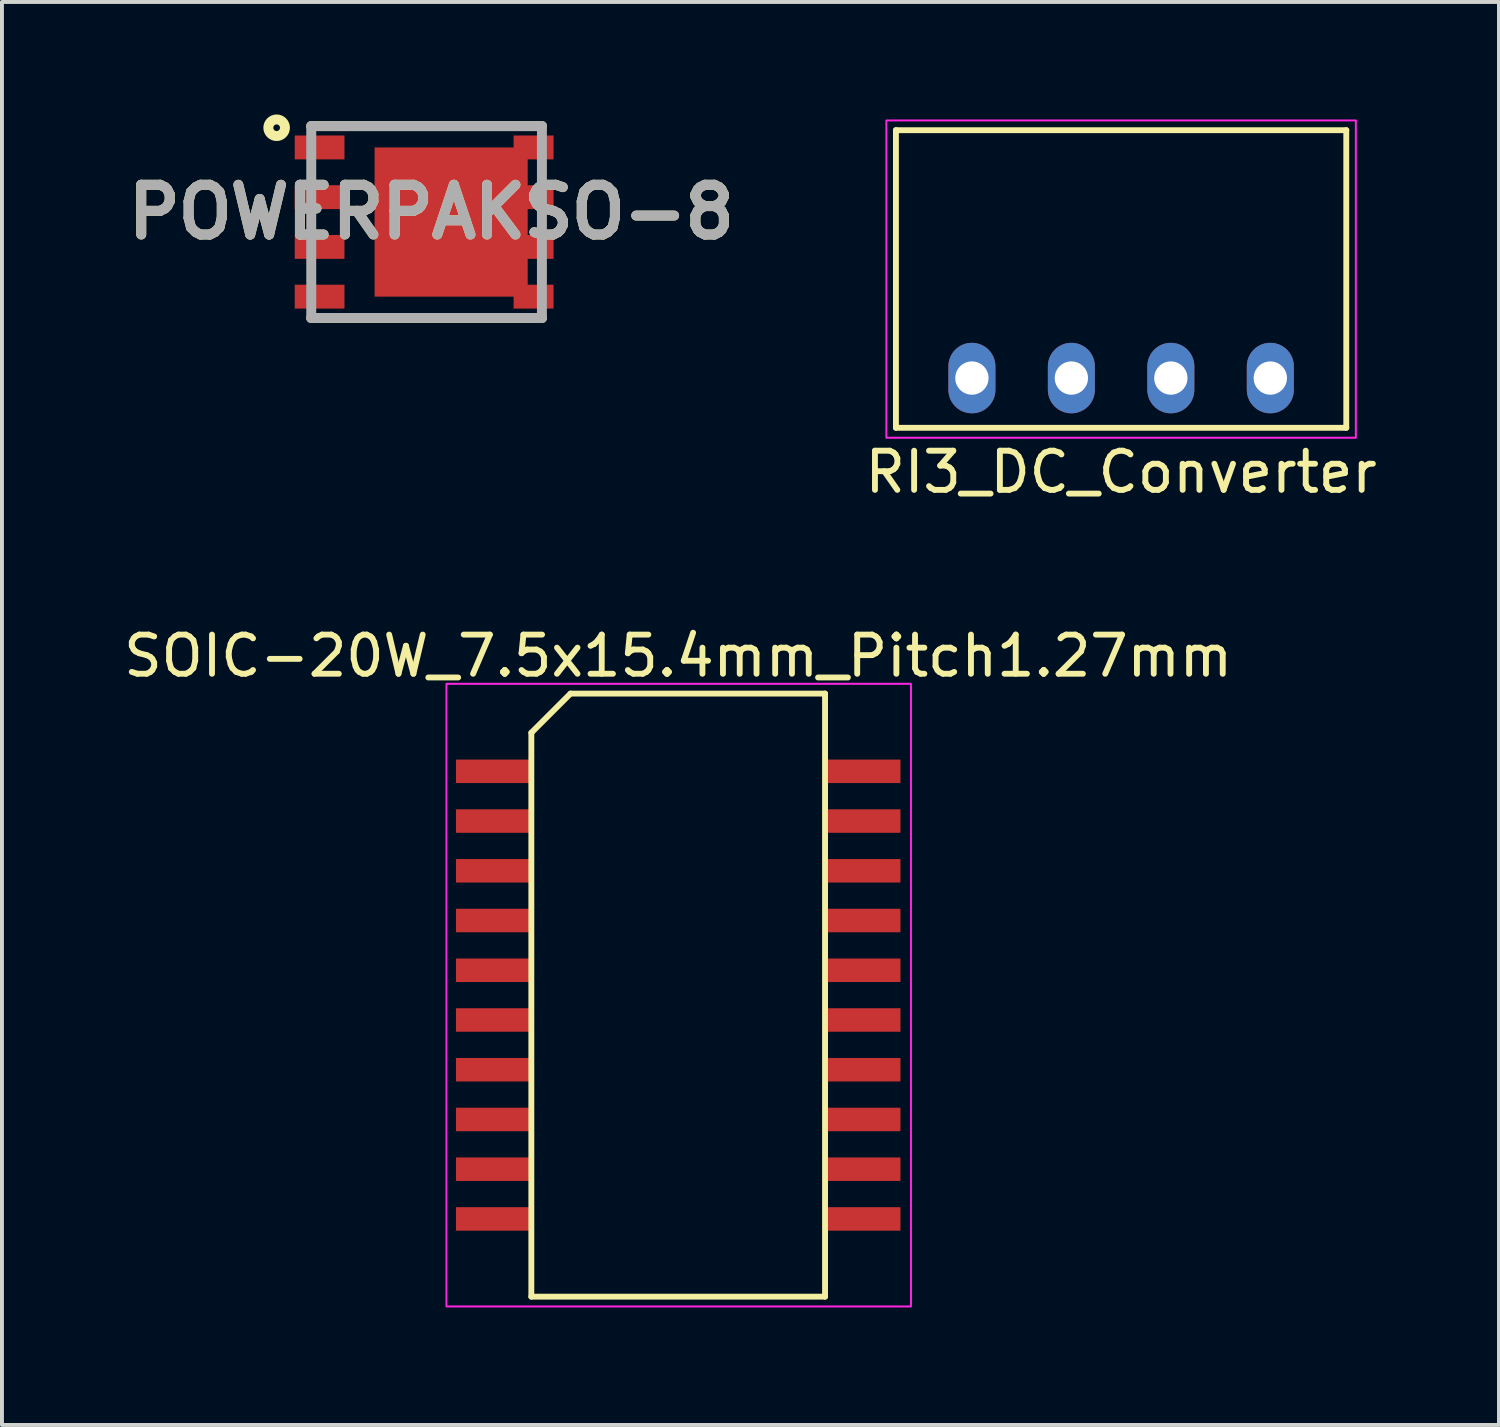
<source format=kicad_pcb>
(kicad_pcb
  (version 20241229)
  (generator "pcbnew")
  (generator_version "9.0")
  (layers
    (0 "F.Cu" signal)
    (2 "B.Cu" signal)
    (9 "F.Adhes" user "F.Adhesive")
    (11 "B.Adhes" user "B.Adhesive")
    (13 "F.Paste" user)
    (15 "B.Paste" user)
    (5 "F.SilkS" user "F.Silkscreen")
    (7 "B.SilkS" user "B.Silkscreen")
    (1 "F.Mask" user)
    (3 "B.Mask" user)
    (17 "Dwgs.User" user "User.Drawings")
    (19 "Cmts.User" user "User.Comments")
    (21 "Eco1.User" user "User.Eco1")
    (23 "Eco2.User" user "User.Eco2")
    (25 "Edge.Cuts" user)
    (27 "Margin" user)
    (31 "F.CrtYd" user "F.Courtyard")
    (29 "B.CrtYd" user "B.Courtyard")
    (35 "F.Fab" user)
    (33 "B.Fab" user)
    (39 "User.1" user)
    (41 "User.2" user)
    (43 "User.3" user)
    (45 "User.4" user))
  (footprint "SOIC-20W_7.5x15.4mm_Pitch1.27mm"
    (layer "F.Cu")
    (at 14.268 22.361)
    (property "Reference" "SOIC-20W_7.5x15.4mm_Pitch1.27mm" (at 0 -8.661 0) (layer "F.SilkS") (effects (font (size 1 1) (thickness 0.15))))
    (attr smd)
    (fp_line (start -3.75 -6.7) (end -2.75 -7.7) (stroke (width 0.15) (type solid)) (layer "F.SilkS"))
    (fp_line (start -3.75 7.7) (end -3.75 -6.7) (stroke (width 0.15) (type solid)) (layer "F.SilkS"))
    (fp_line (start -2.75 -7.7) (end 3.75 -7.7) (stroke (width 0.15) (type solid)) (layer "F.SilkS"))
    (fp_line (start 3.75 -7.7) (end 3.75 7.7) (stroke (width 0.15) (type solid)) (layer "F.SilkS"))
    (fp_line (start 3.75 7.7) (end -3.75 7.7) (stroke (width 0.15) (type solid)) (layer "F.SilkS"))
    (fp_rect (start -5.918 -7.95) (end 5.944 7.95) (stroke (width 0.05) (type default)) (fill no) (layer "F.CrtYd"))
    (pad "1" smd rect (at -4.7 -5.715) (size 1.95 0.6) (layers "F.Cu" "F.Mask" "F.Paste"))
    (pad "2" smd rect (at -4.7 -4.445) (size 1.95 0.6) (layers "F.Cu" "F.Mask" "F.Paste"))
    (pad "3" smd rect (at -4.7 -3.175) (size 1.95 0.6) (layers "F.Cu" "F.Mask" "F.Paste"))
    (pad "4" smd rect (at -4.7 -1.905) (size 1.95 0.6) (layers "F.Cu" "F.Mask" "F.Paste"))
    (pad "5" smd rect (at -4.7 -0.635) (size 1.95 0.6) (layers "F.Cu" "F.Mask" "F.Paste"))
    (pad "6" smd rect (at -4.7 0.635) (size 1.95 0.6) (layers "F.Cu" "F.Mask" "F.Paste"))
    (pad "7" smd rect (at -4.7 1.905) (size 1.95 0.6) (layers "F.Cu" "F.Mask" "F.Paste"))
    (pad "8" smd rect (at -4.7 3.175) (size 1.95 0.6) (layers "F.Cu" "F.Mask" "F.Paste"))
    (pad "9" smd rect (at -4.7 4.445) (size 1.95 0.6) (layers "F.Cu" "F.Mask" "F.Paste"))
    (pad "10" smd rect (at -4.7 5.715) (size 1.95 0.6) (layers "F.Cu" "F.Mask" "F.Paste"))
    (pad "11" smd rect (at 4.7 5.715) (size 1.95 0.6) (layers "F.Cu" "F.Mask" "F.Paste"))
    (pad "12" smd rect (at 4.7 4.445) (size 1.95 0.6) (layers "F.Cu" "F.Mask" "F.Paste"))
    (pad "13" smd rect (at 4.7 3.175) (size 1.95 0.6) (layers "F.Cu" "F.Mask" "F.Paste"))
    (pad "14" smd rect (at 4.7 1.905) (size 1.95 0.6) (layers "F.Cu" "F.Mask" "F.Paste"))
    (pad "15" smd rect (at 4.7 0.635) (size 1.95 0.6) (layers "F.Cu" "F.Mask" "F.Paste"))
    (pad "16" smd rect (at 4.7 -0.635) (size 1.95 0.6) (layers "F.Cu" "F.Mask" "F.Paste"))
    (pad "17" smd rect (at 4.7 -1.905) (size 1.95 0.6) (layers "F.Cu" "F.Mask" "F.Paste"))
    (pad "18" smd rect (at 4.7 -3.175) (size 1.95 0.6) (layers "F.Cu" "F.Mask" "F.Paste"))
    (pad "19" smd rect (at 4.7 -4.445) (size 1.95 0.6) (layers "F.Cu" "F.Mask" "F.Paste"))
    (pad "20" smd rect (at 4.7 -5.715) (size 1.95 0.6) (layers "F.Cu" "F.Mask" "F.Paste")))
  (footprint "RI3_DC_Converter"
    (layer "F.Cu")
    (at 25.578 6.604)
    (property "Reference" "RI3_DC_Converter" (at 0 2.4 180) (layer "F.SilkS") (effects (font (size 1 1) (thickness 0.15))))
    (attr through_hole)
    (fp_line (start -5.75 -6.33) (end 5.75 -6.33) (stroke (width 0.15) (type solid)) (layer "F.SilkS"))
    (fp_line (start -5.75 1.27) (end -5.75 -6.33) (stroke (width 0.15) (type solid)) (layer "F.SilkS"))
    (fp_line (start 5.75 -6.33) (end 5.75 1.27) (stroke (width 0.15) (type solid)) (layer "F.SilkS"))
    (fp_line (start 5.75 1.27) (end -5.75 1.27) (stroke (width 0.15) (type solid)) (layer "F.SilkS"))
    (fp_rect (start -5.994 -6.579) (end 5.994 1.524) (stroke (width 0.05) (type default)) (fill no) (layer "F.CrtYd"))
    (pad "1" thru_hole oval (at -3.81 0) (size 1.2 1.8) (drill 0.85) (layers "*.Cu" "*.Mask"))
    (pad "2" thru_hole oval (at -1.27 0) (size 1.2 1.8) (drill 0.85) (layers "*.Cu" "*.Mask"))
    (pad "3" thru_hole oval (at 1.27 0) (size 1.2 1.8) (drill 0.85) (layers "*.Cu" "*.Mask"))
    (pad "4" thru_hole oval (at 3.81 0) (size 1.2 1.8) (drill 0.85) (layers "*.Cu" "*.Mask")))
  (footprint "POWERPAKSO-8"
    (layer "F.Cu")
    (at 7.843 2.62)
    (property "Reference" "POWERPAKSO-8" (at 0.122 -0.256 0) (layer "F.SilkS") (effects (font (size 1.27 1.27) (thickness 0.254))))
    (attr smd)
    (fp_line (start -2.945 -2.45) (end 2.945 -2.45) (stroke (width 0.254) (type solid)) (layer "F.SilkS"))
    (fp_line (start -2.945 2.45) (end 2.945 2.45) (stroke (width 0.254) (type solid)) (layer "F.SilkS"))
    (fp_circle (center -3.829 -2.408) (end -3.829 -2.323) (stroke (width 0.254) (type solid)) (fill no) (layer "F.SilkS"))
    (fp_line (start -2.945 -2.45) (end 2.945 -2.45) (stroke (width 0.254) (type solid)) (layer "F.Fab"))
    (fp_line (start -2.945 2.45) (end -2.945 -2.45) (stroke (width 0.254) (type solid)) (layer "F.Fab"))
    (fp_line (start 2.945 -2.45) (end 2.945 2.45) (stroke (width 0.254) (type solid)) (layer "F.Fab"))
    (fp_line (start 2.945 2.45) (end -2.945 2.45) (stroke (width 0.254) (type solid)) (layer "F.Fab"))
    (fp_text user "${REFERENCE}" (at 0.122 -0.256 0) (layer "F.Fab") (effects (font (size 1.27 1.27) (thickness 0.254))))
    (pad "1" smd rect (at -2.732 -1.905 90) (size 0.61 1.27) (layers "F.Cu" "F.Mask" "F.Paste"))
    (pad "2" smd rect (at -2.732 -0.635 90) (size 0.61 1.27) (layers "F.Cu" "F.Mask" "F.Paste"))
    (pad "3" smd rect (at -2.732 0.635 90) (size 0.61 1.27) (layers "F.Cu" "F.Mask" "F.Paste"))
    (pad "4" smd rect (at -2.732 1.905 90) (size 0.61 1.27) (layers "F.Cu" "F.Mask" "F.Paste"))
    (pad "5" smd custom (at 2.732 1.905 90) (size 0.61 1.02) (layers "F.Cu" "F.Mask" "F.Paste") (options (anchor rect)) (primitives (gr_rect (start 0 -4.06) (end 3.81 -0.15) (width 0) (fill yes))))
    (pad "6" smd rect (at 2.732 0.635 90) (size 0.61 1.02) (layers "F.Cu" "F.Mask" "F.Paste"))
    (pad "7" smd rect (at 2.732 -0.635 90) (size 0.61 1.02) (layers "F.Cu" "F.Mask" "F.Paste"))
    (pad "8" smd rect (at 2.732 -1.905 90) (size 0.61 1.02) (layers "F.Cu" "F.Mask" "F.Paste")))
  (gr_rect
    (start -3 -3)
    (end 35.227 33.337)
    (stroke (width 0.1) (type default))
    (fill no)
    (layer "Edge.Cuts")))
</source>
